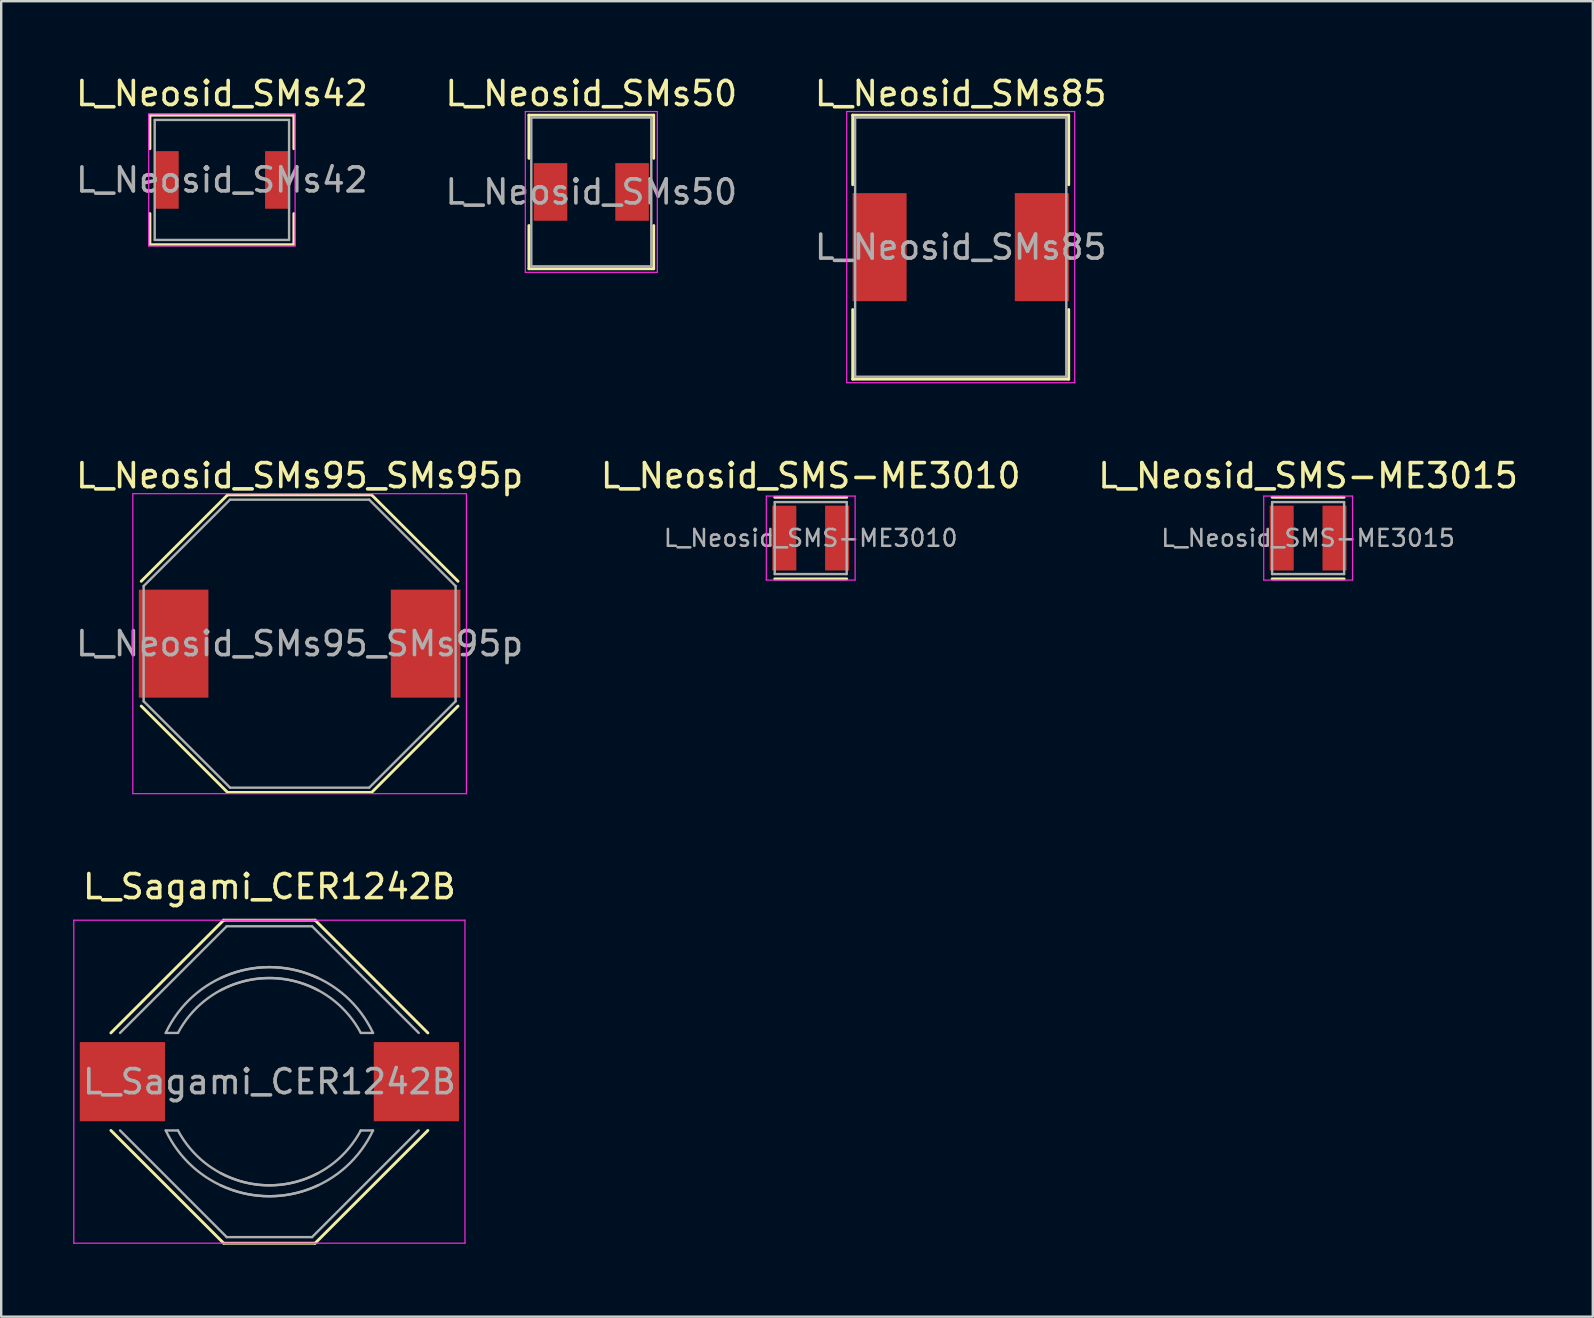
<source format=kicad_pcb>
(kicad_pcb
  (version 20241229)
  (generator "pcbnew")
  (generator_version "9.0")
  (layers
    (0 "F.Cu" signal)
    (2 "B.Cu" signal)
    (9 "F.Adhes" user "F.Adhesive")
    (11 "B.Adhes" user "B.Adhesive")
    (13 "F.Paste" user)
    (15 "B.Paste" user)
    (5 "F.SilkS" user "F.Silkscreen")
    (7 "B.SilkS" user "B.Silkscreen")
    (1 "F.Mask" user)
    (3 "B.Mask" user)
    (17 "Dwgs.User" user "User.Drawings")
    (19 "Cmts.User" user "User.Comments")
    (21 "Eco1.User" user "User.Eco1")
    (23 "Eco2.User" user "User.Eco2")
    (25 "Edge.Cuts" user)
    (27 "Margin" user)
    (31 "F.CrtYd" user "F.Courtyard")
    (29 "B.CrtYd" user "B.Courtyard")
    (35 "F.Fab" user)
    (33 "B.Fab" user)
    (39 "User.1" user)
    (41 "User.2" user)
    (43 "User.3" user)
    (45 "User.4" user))
  (footprint "L_Neosid_SMs85"
    (layer "F.Cu")
    (at 36.982 7.248)
    (property "Reference" "L_Neosid_SMs85" (at 0 -6.4 0) (layer "F.SilkS") (effects (font (size 1 1) (thickness 0.15))))
    (attr smd)
    (fp_line (start -4.5 -5.5) (end 4.5 -5.5) (stroke (width 0.12) (type solid)) (layer "F.SilkS"))
    (fp_line (start -4.5 -2.6) (end -4.5 -5.5) (stroke (width 0.12) (type solid)) (layer "F.SilkS"))
    (fp_line (start -4.5 5.5) (end -4.5 2.6) (stroke (width 0.12) (type solid)) (layer "F.SilkS"))
    (fp_line (start 4.5 -5.5) (end 4.5 -2.6) (stroke (width 0.12) (type solid)) (layer "F.SilkS"))
    (fp_line (start 4.5 2.6) (end 4.5 5.5) (stroke (width 0.12) (type solid)) (layer "F.SilkS"))
    (fp_line (start 4.5 5.5) (end -4.5 5.5) (stroke (width 0.12) (type solid)) (layer "F.SilkS"))
    (fp_line (start -4.75 -5.65) (end -4.75 5.65) (stroke (width 0.05) (type solid)) (layer "F.CrtYd"))
    (fp_line (start -4.75 -5.65) (end 4.75 -5.65) (stroke (width 0.05) (type solid)) (layer "F.CrtYd"))
    (fp_line (start 4.75 5.65) (end -4.75 5.65) (stroke (width 0.05) (type solid)) (layer "F.CrtYd"))
    (fp_line (start 4.75 5.65) (end 4.75 -5.65) (stroke (width 0.05) (type solid)) (layer "F.CrtYd"))
    (fp_line (start -4.4 -5.4) (end 4.4 -5.4) (stroke (width 0.1) (type solid)) (layer "F.Fab"))
    (fp_line (start -4.4 5.4) (end -4.4 -5.4) (stroke (width 0.1) (type solid)) (layer "F.Fab"))
    (fp_line (start 4.4 -5.4) (end 4.4 5.4) (stroke (width 0.1) (type solid)) (layer "F.Fab"))
    (fp_line (start 4.4 5.4) (end -4.4 5.4) (stroke (width 0.1) (type solid)) (layer "F.Fab"))
    (fp_text user "${REFERENCE}" (at 0 0 0) (layer "F.Fab") (effects (font (size 1 1) (thickness 0.15))))
    (pad "1" smd rect (at -3.38 0) (size 2.25 4.5) (layers "F.Cu" "F.Mask" "F.Paste"))
    (pad "2" smd rect (at 3.38 0) (size 2.25 4.5) (layers "F.Cu" "F.Mask" "F.Paste")))
  (footprint "L_Neosid_SMs95_SMs95p"
    (layer "F.Cu")
    (at 9.435 23.771)
    (property "Reference" "L_Neosid_SMs95_SMs95p" (at 0 -7 0) (layer "F.SilkS") (effects (font (size 1 1) (thickness 0.15))))
    (attr smd)
    (fp_line (start -6.6 -2.6) (end -3 -6.2) (stroke (width 0.12) (type solid)) (layer "F.SilkS"))
    (fp_line (start -3 -6.2) (end 3 -6.2) (stroke (width 0.12) (type solid)) (layer "F.SilkS"))
    (fp_line (start -3 6.2) (end -6.6 2.6) (stroke (width 0.12) (type solid)) (layer "F.SilkS"))
    (fp_line (start 3 -6.2) (end 6.6 -2.6) (stroke (width 0.12) (type solid)) (layer "F.SilkS"))
    (fp_line (start 3 6.2) (end -3 6.2) (stroke (width 0.12) (type solid)) (layer "F.SilkS"))
    (fp_line (start 6.6 2.6) (end 3 6.2) (stroke (width 0.12) (type solid)) (layer "F.SilkS"))
    (fp_line (start -6.95 -6.25) (end -6.95 6.25) (stroke (width 0.05) (type solid)) (layer "F.CrtYd"))
    (fp_line (start -6.95 -6.25) (end 6.95 -6.25) (stroke (width 0.05) (type solid)) (layer "F.CrtYd"))
    (fp_line (start 6.95 6.25) (end -6.95 6.25) (stroke (width 0.05) (type solid)) (layer "F.CrtYd"))
    (fp_line (start 6.95 6.25) (end 6.95 -6.25) (stroke (width 0.05) (type solid)) (layer "F.CrtYd"))
    (fp_line (start -6.5 -2.4) (end -6.5 2.4) (stroke (width 0.1) (type solid)) (layer "F.Fab"))
    (fp_line (start -6.5 -2.4) (end -2.9 -6) (stroke (width 0.1) (type solid)) (layer "F.Fab"))
    (fp_line (start -6.5 2.4) (end -2.9 6) (stroke (width 0.1) (type solid)) (layer "F.Fab"))
    (fp_line (start -2.9 6) (end 2.9 6) (stroke (width 0.1) (type solid)) (layer "F.Fab"))
    (fp_line (start 2.9 -6) (end -2.9 -6) (stroke (width 0.1) (type solid)) (layer "F.Fab"))
    (fp_line (start 2.9 6) (end 6.5 2.4) (stroke (width 0.1) (type solid)) (layer "F.Fab"))
    (fp_line (start 6.5 -2.4) (end 2.9 -6) (stroke (width 0.1) (type solid)) (layer "F.Fab"))
    (fp_line (start 6.5 2.4) (end 6.5 -2.4) (stroke (width 0.1) (type solid)) (layer "F.Fab"))
    (fp_text user "${REFERENCE}" (at 0 0 0) (layer "F.Fab") (effects (font (size 1 1) (thickness 0.15))))
    (pad "1" smd rect (at -5.25 0) (size 2.9 4.5) (layers "F.Cu" "F.Mask" "F.Paste"))
    (pad "2" smd rect (at 5.25 0) (size 2.9 4.5) (layers "F.Cu" "F.Mask" "F.Paste")))
  (footprint "L_Neosid_SMs42"
    (layer "F.Cu")
    (at 6.196 4.448)
    (property "Reference" "L_Neosid_SMs42" (at 0 -3.6 0) (layer "F.SilkS") (effects (font (size 1 1) (thickness 0.15))))
    (attr smd)
    (fp_line (start -3 -2.7) (end 3 -2.7) (stroke (width 0.12) (type solid)) (layer "F.SilkS"))
    (fp_line (start -3 -1.3) (end -3 -2.7) (stroke (width 0.12) (type solid)) (layer "F.SilkS"))
    (fp_line (start -3 2.7) (end -3 1.4) (stroke (width 0.12) (type solid)) (layer "F.SilkS"))
    (fp_line (start 3 -2.7) (end 3 -1.3) (stroke (width 0.12) (type solid)) (layer "F.SilkS"))
    (fp_line (start 3 1.4) (end 3 2.7) (stroke (width 0.12) (type solid)) (layer "F.SilkS"))
    (fp_line (start 3 2.7) (end -3 2.7) (stroke (width 0.12) (type solid)) (layer "F.SilkS"))
    (fp_line (start -3.05 -2.75) (end -3.05 2.75) (stroke (width 0.05) (type solid)) (layer "F.CrtYd"))
    (fp_line (start -3.05 -2.75) (end 3.05 -2.75) (stroke (width 0.05) (type solid)) (layer "F.CrtYd"))
    (fp_line (start 3.05 2.75) (end -3.05 2.75) (stroke (width 0.05) (type solid)) (layer "F.CrtYd"))
    (fp_line (start 3.05 2.75) (end 3.05 -2.75) (stroke (width 0.05) (type solid)) (layer "F.CrtYd"))
    (fp_line (start -2.8 -2.5) (end 2.8 -2.5) (stroke (width 0.1) (type solid)) (layer "F.Fab"))
    (fp_line (start -2.8 2.5) (end -2.8 -2.5) (stroke (width 0.1) (type solid)) (layer "F.Fab"))
    (fp_line (start 2.8 -2.5) (end 2.8 2.5) (stroke (width 0.1) (type solid)) (layer "F.Fab"))
    (fp_line (start 2.8 2.5) (end -2.8 2.5) (stroke (width 0.1) (type solid)) (layer "F.Fab"))
    (fp_text user "${REFERENCE}" (at 0 0 0) (layer "F.Fab") (effects (font (size 1 1) (thickness 0.15))))
    (pad "1" smd rect (at -2.3 0) (size 1 2.4) (layers "F.Cu" "F.Mask" "F.Paste"))
    (pad "2" smd rect (at 2.3 0) (size 1 2.4) (layers "F.Cu" "F.Mask" "F.Paste")))
  (footprint "L_Sagami_CER1242B"
    (layer "F.Cu")
    (at 8.175 42.023)
    (property "Reference" "L_Sagami_CER1242B" (at 0 -8.128 0) (layer "F.SilkS") (effects (font (size 1 1) (thickness 0.15))))
    (attr smd)
    (fp_line (start -6.604 -2.032) (end -1.905 -6.731) (stroke (width 0.12) (type solid)) (layer "F.SilkS"))
    (fp_line (start -6.604 2.032) (end -1.905 6.731) (stroke (width 0.12) (type solid)) (layer "F.SilkS"))
    (fp_line (start -1.905 -6.731) (end 1.905 -6.731) (stroke (width 0.12) (type solid)) (layer "F.SilkS"))
    (fp_line (start -1.905 6.731) (end 1.905 6.731) (stroke (width 0.12) (type solid)) (layer "F.SilkS"))
    (fp_line (start 1.905 -6.731) (end 6.604 -2.032) (stroke (width 0.12) (type solid)) (layer "F.SilkS"))
    (fp_line (start 1.905 6.731) (end 6.604 2.032) (stroke (width 0.12) (type solid)) (layer "F.SilkS"))
    (fp_line (start -8.15 -6.73) (end -8.15 6.73) (stroke (width 0.05) (type solid)) (layer "F.CrtYd"))
    (fp_line (start -8.15 -6.73) (end 8.15 -6.73) (stroke (width 0.05) (type solid)) (layer "F.CrtYd"))
    (fp_line (start -8.15 6.73) (end 8.15 6.73) (stroke (width 0.05) (type solid)) (layer "F.CrtYd"))
    (fp_line (start 8.15 -6.73) (end 8.15 6.73) (stroke (width 0.05) (type solid)) (layer "F.CrtYd"))
    (fp_line (start -6.223 -2.032) (end -1.778 -6.477) (stroke (width 0.1) (type solid)) (layer "F.Fab"))
    (fp_line (start -6.223 2.032) (end -1.778 6.477) (stroke (width 0.1) (type solid)) (layer "F.Fab"))
    (fp_line (start -3.81 -2.032) (end -4.318 -2.032) (stroke (width 0.1) (type solid)) (layer "F.Fab"))
    (fp_line (start -3.81 2.032) (end -4.318 2.032) (stroke (width 0.1) (type solid)) (layer "F.Fab"))
    (fp_line (start -1.778 6.477) (end 1.778 6.477) (stroke (width 0.1) (type solid)) (layer "F.Fab"))
    (fp_line (start 1.778 -6.477) (end -1.778 -6.477) (stroke (width 0.1) (type solid)) (layer "F.Fab"))
    (fp_line (start 1.778 6.477) (end 6.223 2.032) (stroke (width 0.1) (type solid)) (layer "F.Fab"))
    (fp_line (start 3.81 -2.032) (end 4.318 -2.032) (stroke (width 0.1) (type solid)) (layer "F.Fab"))
    (fp_line (start 3.81 2.032) (end 4.318 2.032) (stroke (width 0.1) (type solid)) (layer "F.Fab"))
    (fp_line (start 6.223 -2.032) (end 1.778 -6.477) (stroke (width 0.1) (type solid)) (layer "F.Fab"))
    (fp_arc (start -4.318 -2.032) (mid -1.616446 -4.490128) (end 2.032 -4.318) (stroke (width 0.1) (type solid)) (layer "F.Fab"))
    (fp_arc (start -3.81 -2.032) (mid -1.257236 -4.130918) (end 2.032 -3.81) (stroke (width 0.1) (type solid)) (layer "F.Fab"))
    (fp_arc (start -2.032 -4.318) (mid 1.616446 -4.490128) (end 4.318 -2.032) (stroke (width 0.1) (type solid)) (layer "F.Fab"))
    (fp_arc (start -2.032 -3.81) (mid 1.257236 -4.130918) (end 3.81 -2.032) (stroke (width 0.1) (type solid)) (layer "F.Fab"))
    (fp_arc (start 2.032 3.81) (mid -1.257236 4.130918) (end -3.81 2.032) (stroke (width 0.1) (type solid)) (layer "F.Fab"))
    (fp_arc (start 2.032 4.318) (mid -1.616446 4.490128) (end -4.318 2.032) (stroke (width 0.1) (type solid)) (layer "F.Fab"))
    (fp_arc (start 3.81 2.032) (mid 1.257236 4.130918) (end -2.032 3.81) (stroke (width 0.1) (type solid)) (layer "F.Fab"))
    (fp_arc (start 4.318 2.032) (mid 1.616446 4.490128) (end -2.032 4.318) (stroke (width 0.1) (type solid)) (layer "F.Fab"))
    (fp_text user "${REFERENCE}" (at 0 0 0) (layer "F.Fab") (effects (font (size 1 1) (thickness 0.15))))
    (pad "1" smd rect (at -6.125 0) (size 3.55 3.3) (layers "F.Cu" "F.Mask" "F.Paste"))
    (pad "2" smd rect (at 6.125 0) (size 3.55 3.3) (layers "F.Cu" "F.Mask" "F.Paste")))
  (footprint "L_Neosid_SMs50"
    (layer "F.Cu")
    (at 21.589 4.948)
    (property "Reference" "L_Neosid_SMs50" (at 0 -4.1 0) (layer "F.SilkS") (effects (font (size 1 1) (thickness 0.15))))
    (attr smd)
    (fp_line (start -2.6 -3.2) (end 2.6 -3.2) (stroke (width 0.12) (type solid)) (layer "F.SilkS"))
    (fp_line (start -2.6 -1.4) (end -2.6 -3.2) (stroke (width 0.12) (type solid)) (layer "F.SilkS"))
    (fp_line (start -2.6 3.2) (end -2.6 1.4) (stroke (width 0.12) (type solid)) (layer "F.SilkS"))
    (fp_line (start 2.6 -3.2) (end 2.6 -1.4) (stroke (width 0.12) (type solid)) (layer "F.SilkS"))
    (fp_line (start 2.6 1.4) (end 2.6 3.2) (stroke (width 0.12) (type solid)) (layer "F.SilkS"))
    (fp_line (start 2.6 3.2) (end -2.6 3.2) (stroke (width 0.12) (type solid)) (layer "F.SilkS"))
    (fp_line (start -2.75 -3.35) (end -2.75 3.35) (stroke (width 0.05) (type solid)) (layer "F.CrtYd"))
    (fp_line (start -2.75 -3.35) (end 2.75 -3.35) (stroke (width 0.05) (type solid)) (layer "F.CrtYd"))
    (fp_line (start 2.75 3.35) (end -2.75 3.35) (stroke (width 0.05) (type solid)) (layer "F.CrtYd"))
    (fp_line (start 2.75 3.35) (end 2.75 -3.35) (stroke (width 0.05) (type solid)) (layer "F.CrtYd"))
    (fp_line (start -2.5 -3.1) (end 2.5 -3.1) (stroke (width 0.1) (type solid)) (layer "F.Fab"))
    (fp_line (start -2.5 3.1) (end -2.5 -3.1) (stroke (width 0.1) (type solid)) (layer "F.Fab"))
    (fp_line (start 2.5 -3.1) (end 2.5 3.1) (stroke (width 0.1) (type solid)) (layer "F.Fab"))
    (fp_line (start 2.5 3.1) (end -2.5 3.1) (stroke (width 0.1) (type solid)) (layer "F.Fab"))
    (fp_text user "${REFERENCE}" (at 0 0 0) (layer "F.Fab") (effects (font (size 1 1) (thickness 0.15))))
    (pad "1" smd rect (at -1.7 0) (size 1.4 2.4) (layers "F.Cu" "F.Mask" "F.Paste"))
    (pad "2" smd rect (at 1.7 0) (size 1.4 2.4) (layers "F.Cu" "F.Mask" "F.Paste")))
  (footprint "L_Neosid_SMS-ME3010"
    (layer "F.Cu")
    (at 30.732 19.372)
    (property "Reference" "L_Neosid_SMS-ME3010" (at 0 -2.6 0) (layer "F.SilkS") (effects (font (size 1 1) (thickness 0.15))))
    (attr smd)
    (fp_line (start 1.5 -1.7) (end -1.5 -1.7) (stroke (width 0.12) (type solid)) (layer "F.SilkS"))
    (fp_line (start 1.5 1.7) (end -1.5 1.7) (stroke (width 0.12) (type solid)) (layer "F.SilkS"))
    (fp_line (start -1.85 -1.75) (end -1.85 1.75) (stroke (width 0.05) (type solid)) (layer "F.CrtYd"))
    (fp_line (start -1.85 -1.75) (end 1.85 -1.75) (stroke (width 0.05) (type solid)) (layer "F.CrtYd"))
    (fp_line (start 1.85 1.75) (end -1.85 1.75) (stroke (width 0.05) (type solid)) (layer "F.CrtYd"))
    (fp_line (start 1.85 1.75) (end 1.85 -1.75) (stroke (width 0.05) (type solid)) (layer "F.CrtYd"))
    (fp_line (start -1.5 -1.5) (end -1.5 1.5) (stroke (width 0.1) (type solid)) (layer "F.Fab"))
    (fp_line (start -1.5 1.5) (end 1.5 1.5) (stroke (width 0.1) (type solid)) (layer "F.Fab"))
    (fp_line (start 1.5 -1.5) (end -1.5 -1.5) (stroke (width 0.1) (type solid)) (layer "F.Fab"))
    (fp_line (start 1.5 1.5) (end 1.5 -1.5) (stroke (width 0.1) (type solid)) (layer "F.Fab"))
    (fp_text user "${REFERENCE}" (at 0 0 0) (layer "F.Fab") (effects (font (size 0.7 0.7) (thickness 0.105))))
    (pad "1" smd rect (at -1.1 0) (size 1 2.7) (layers "F.Cu" "F.Mask" "F.Paste"))
    (pad "2" smd rect (at 1.1 0) (size 1 2.7) (layers "F.Cu" "F.Mask" "F.Paste")))
  (footprint "L_Neosid_SMS-ME3015"
    (layer "F.Cu")
    (at 51.458 19.372)
    (property "Reference" "L_Neosid_SMS-ME3015" (at 0 -2.6 0) (layer "F.SilkS") (effects (font (size 1 1) (thickness 0.15))))
    (attr smd)
    (fp_line (start 1.5 -1.7) (end -1.5 -1.7) (stroke (width 0.12) (type solid)) (layer "F.SilkS"))
    (fp_line (start 1.5 1.7) (end -1.5 1.7) (stroke (width 0.12) (type solid)) (layer "F.SilkS"))
    (fp_line (start -1.85 -1.75) (end -1.85 1.75) (stroke (width 0.05) (type solid)) (layer "F.CrtYd"))
    (fp_line (start -1.85 -1.75) (end 1.85 -1.75) (stroke (width 0.05) (type solid)) (layer "F.CrtYd"))
    (fp_line (start 1.85 1.75) (end -1.85 1.75) (stroke (width 0.05) (type solid)) (layer "F.CrtYd"))
    (fp_line (start 1.85 1.75) (end 1.85 -1.75) (stroke (width 0.05) (type solid)) (layer "F.CrtYd"))
    (fp_line (start -1.5 -1.5) (end -1.5 1.5) (stroke (width 0.1) (type solid)) (layer "F.Fab"))
    (fp_line (start -1.5 1.5) (end 1.5 1.5) (stroke (width 0.1) (type solid)) (layer "F.Fab"))
    (fp_line (start 1.5 -1.5) (end -1.5 -1.5) (stroke (width 0.1) (type solid)) (layer "F.Fab"))
    (fp_line (start 1.5 1.5) (end 1.5 -1.5) (stroke (width 0.1) (type solid)) (layer "F.Fab"))
    (fp_text user "${REFERENCE}" (at 0 0 0) (layer "F.Fab") (effects (font (size 0.7 0.7) (thickness 0.105))))
    (pad "1" smd rect (at -1.1 0) (size 1 2.7) (layers "F.Cu" "F.Mask" "F.Paste"))
    (pad "2" smd rect (at 1.1 0) (size 1 2.7) (layers "F.Cu" "F.Mask" "F.Paste")))
  (gr_rect
    (start -3 -3)
    (end 63.321 51.814)
    (stroke (width 0.1) (type default))
    (fill no)
    (layer "Edge.Cuts")))
</source>
